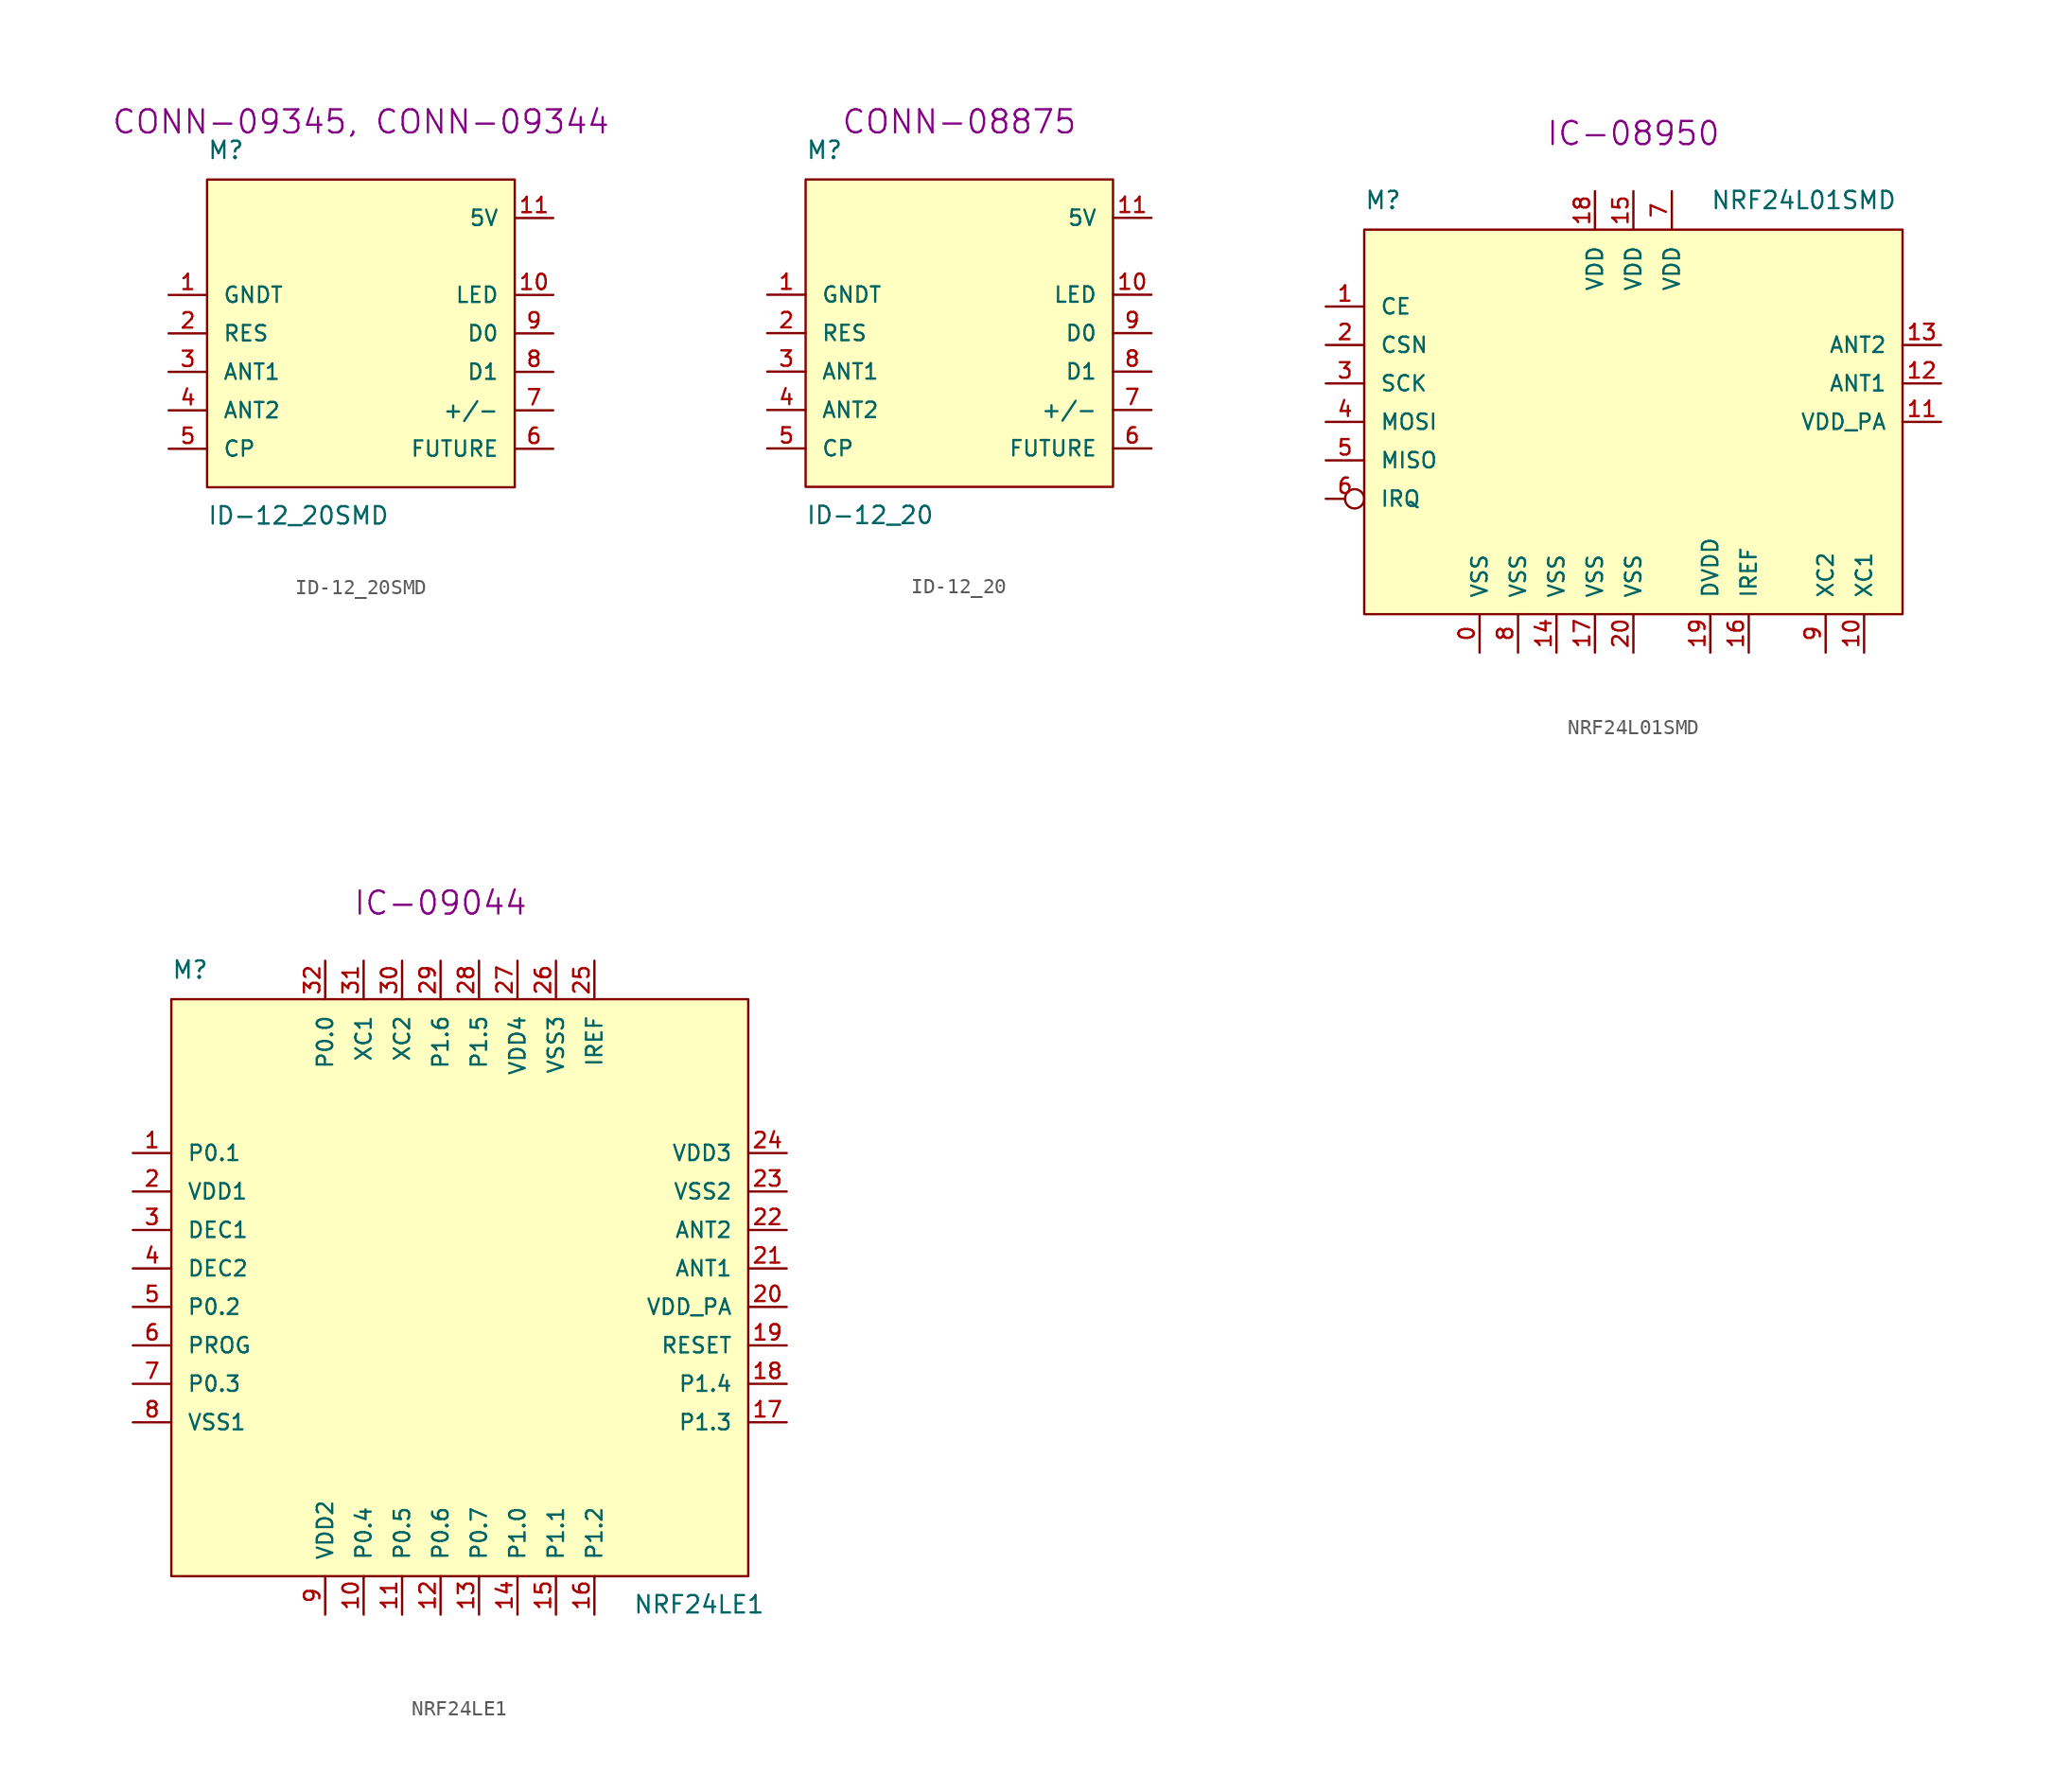
<source format=kicad_sym>
(kicad_symbol_lib
  (version 20220914)
  (generator kicad_symbol_editor)
  (symbol "ID-12_20SMD"
    (pin_names
      (offset 1.016))
    (property "Reference" "M"
      (at -10.16 11.43 0)
      (effects (font (size 1.143 1.143)) (justify left bottom)))
    (property "Value" "ID-12_20SMD"
      (at -10.16 -12.7 0)
      (effects (font (size 1.143 1.143)) (justify left bottom)))
    (property "Field4" "CONN-09345, CONN-09344"
      (at 0 13.97 0)
      (effects (font (size 1.524 1.524))))
    (property "ki_locked" ""
      (at 0 0 0)
      (effects (font (size 1.27 1.27))))
    (symbol "ID-12_20SMD_1_1"
      (polyline (pts (xy -10.16 10.16) (xy -10.16 -10.16) (xy 10.16 -10.16) (xy 10.16 10.16) (xy -10.16 10.16)) (stroke (width 0) (type solid)) (fill (type background)))
      (pin bidirectional line (at -12.7 2.54 0) (length 2.54) (name "GNDT" (effects (font (size 1.016 1.016)))) (number "1" (effects (font (size 1.016 1.016)))))
      (pin bidirectional line (at 12.7 2.54 180) (length 2.54) (name "LED" (effects (font (size 1.016 1.016)))) (number "10" (effects (font (size 1.016 1.016)))))
      (pin bidirectional line (at 12.7 7.62 180) (length 2.54) (name "5V" (effects (font (size 1.016 1.016)))) (number "11" (effects (font (size 1.016 1.016)))))
      (pin bidirectional line (at -12.7 0 0) (length 2.54) (name "RES" (effects (font (size 1.016 1.016)))) (number "2" (effects (font (size 1.016 1.016)))))
      (pin bidirectional line (at -12.7 -2.54 0) (length 2.54) (name "ANT1" (effects (font (size 1.016 1.016)))) (number "3" (effects (font (size 1.016 1.016)))))
      (pin bidirectional line (at -12.7 -5.08 0) (length 2.54) (name "ANT2" (effects (font (size 1.016 1.016)))) (number "4" (effects (font (size 1.016 1.016)))))
      (pin bidirectional line (at -12.7 -7.62 0) (length 2.54) (name "CP" (effects (font (size 1.016 1.016)))) (number "5" (effects (font (size 1.016 1.016)))))
      (pin bidirectional line (at 12.7 -7.62 180) (length 2.54) (name "FUTURE" (effects (font (size 1.016 1.016)))) (number "6" (effects (font (size 1.016 1.016)))))
      (pin bidirectional line (at 12.7 -5.08 180) (length 2.54) (name "+/-" (effects (font (size 1.016 1.016)))) (number "7" (effects (font (size 1.016 1.016)))))
      (pin bidirectional line (at 12.7 -2.54 180) (length 2.54) (name "D1" (effects (font (size 1.016 1.016)))) (number "8" (effects (font (size 1.016 1.016)))))
      (pin bidirectional line (at 12.7 0 180) (length 2.54) (name "D0" (effects (font (size 1.016 1.016)))) (number "9" (effects (font (size 1.016 1.016)))))))
  (symbol "ID-12_20"
    (pin_names
      (offset 1.016))
    (property "Reference" "M"
      (at -10.16 11.43 0)
      (effects (font (size 1.143 1.143)) (justify left bottom)))
    (property "Value" "ID-12_20"
      (at -10.16 -12.7 0)
      (effects (font (size 1.143 1.143)) (justify left bottom)))
    (property "Field4" "CONN-08875"
      (at 0 13.97 0)
      (effects (font (size 1.524 1.524))))
    (property "ki_locked" ""
      (at 0 0 0)
      (effects (font (size 1.27 1.27))))
    (symbol "ID-12_20_1_1"
      (polyline (pts (xy -10.16 10.16) (xy -10.16 -10.16) (xy 10.16 -10.16) (xy 10.16 10.16) (xy -10.16 10.16)) (stroke (width 0) (type solid)) (fill (type background)))
      (pin bidirectional line (at -12.7 2.54 0) (length 2.54) (name "GNDT" (effects (font (size 1.016 1.016)))) (number "1" (effects (font (size 1.016 1.016)))))
      (pin bidirectional line (at 12.7 2.54 180) (length 2.54) (name "LED" (effects (font (size 1.016 1.016)))) (number "10" (effects (font (size 1.016 1.016)))))
      (pin bidirectional line (at 12.7 7.62 180) (length 2.54) (name "5V" (effects (font (size 1.016 1.016)))) (number "11" (effects (font (size 1.016 1.016)))))
      (pin bidirectional line (at -12.7 0 0) (length 2.54) (name "RES" (effects (font (size 1.016 1.016)))) (number "2" (effects (font (size 1.016 1.016)))))
      (pin bidirectional line (at -12.7 -2.54 0) (length 2.54) (name "ANT1" (effects (font (size 1.016 1.016)))) (number "3" (effects (font (size 1.016 1.016)))))
      (pin bidirectional line (at -12.7 -5.08 0) (length 2.54) (name "ANT2" (effects (font (size 1.016 1.016)))) (number "4" (effects (font (size 1.016 1.016)))))
      (pin bidirectional line (at -12.7 -7.62 0) (length 2.54) (name "CP" (effects (font (size 1.016 1.016)))) (number "5" (effects (font (size 1.016 1.016)))))
      (pin bidirectional line (at 12.7 -7.62 180) (length 2.54) (name "FUTURE" (effects (font (size 1.016 1.016)))) (number "6" (effects (font (size 1.016 1.016)))))
      (pin bidirectional line (at 12.7 -5.08 180) (length 2.54) (name "+/-" (effects (font (size 1.016 1.016)))) (number "7" (effects (font (size 1.016 1.016)))))
      (pin bidirectional line (at 12.7 -2.54 180) (length 2.54) (name "D1" (effects (font (size 1.016 1.016)))) (number "8" (effects (font (size 1.016 1.016)))))
      (pin bidirectional line (at 12.7 0 180) (length 2.54) (name "D0" (effects (font (size 1.016 1.016)))) (number "9" (effects (font (size 1.016 1.016)))))))
  (symbol "NRF24L01SMD"
    (pin_names
      (offset 1.016))
    (property "Reference" "M"
      (at -17.78 13.97 0)
      (effects (font (size 1.143 1.143)) (justify left bottom)))
    (property "Value" "NRF24L01SMD"
      (at 5.08 13.97 0)
      (effects (font (size 1.143 1.143)) (justify left bottom)))
    (property "Field4" "IC-08950"
      (at 0 19.05 0)
      (effects (font (size 1.524 1.524))))
    (property "ki_locked" ""
      (at 0 0 0)
      (effects (font (size 1.27 1.27))))
    (symbol "NRF24L01SMD_1_1"
      (polyline (pts (xy -17.78 12.7) (xy 17.78 12.7) (xy 17.78 -12.7) (xy -17.78 -12.7) (xy -17.78 12.7)) (stroke (width 0) (type solid)) (fill (type background)))
      (pin power_in line (at -10.16 -15.24 90) (length 2.54) (name "VSS" (effects (font (size 1.016 1.016)))) (number "0" (effects (font (size 1.016 1.016)))))
      (pin input line (at -20.32 7.62 0) (length 2.54) (name "CE" (effects (font (size 1.016 1.016)))) (number "1" (effects (font (size 1.016 1.016)))))
      (pin input line (at 15.24 -15.24 90) (length 2.54) (name "XC1" (effects (font (size 1.016 1.016)))) (number "10" (effects (font (size 1.016 1.016)))))
      (pin power_in line (at 20.32 0 180) (length 2.54) (name "VDD_PA" (effects (font (size 1.016 1.016)))) (number "11" (effects (font (size 1.016 1.016)))))
      (pin output line (at 20.32 2.54 180) (length 2.54) (name "ANT1" (effects (font (size 1.016 1.016)))) (number "12" (effects (font (size 1.016 1.016)))))
      (pin output line (at 20.32 5.08 180) (length 2.54) (name "ANT2" (effects (font (size 1.016 1.016)))) (number "13" (effects (font (size 1.016 1.016)))))
      (pin power_in line (at -5.08 -15.24 90) (length 2.54) (name "VSS" (effects (font (size 1.016 1.016)))) (number "14" (effects (font (size 1.016 1.016)))))
      (pin power_in line (at 0 15.24 270) (length 2.54) (name "VDD" (effects (font (size 1.016 1.016)))) (number "15" (effects (font (size 1.016 1.016)))))
      (pin input line (at 7.62 -15.24 90) (length 2.54) (name "IREF" (effects (font (size 1.016 1.016)))) (number "16" (effects (font (size 1.016 1.016)))))
      (pin power_in line (at -2.54 -15.24 90) (length 2.54) (name "VSS" (effects (font (size 1.016 1.016)))) (number "17" (effects (font (size 1.016 1.016)))))
      (pin power_in line (at -2.54 15.24 270) (length 2.54) (name "VDD" (effects (font (size 1.016 1.016)))) (number "18" (effects (font (size 1.016 1.016)))))
      (pin power_in line (at 5.08 -15.24 90) (length 2.54) (name "DVDD" (effects (font (size 1.016 1.016)))) (number "19" (effects (font (size 1.016 1.016)))))
      (pin input line (at -20.32 5.08 0) (length 2.54) (name "CSN" (effects (font (size 1.016 1.016)))) (number "2" (effects (font (size 1.016 1.016)))))
      (pin power_in line (at 0 -15.24 90) (length 2.54) (name "VSS" (effects (font (size 1.016 1.016)))) (number "20" (effects (font (size 1.016 1.016)))))
      (pin input line (at -20.32 2.54 0) (length 2.54) (name "SCK" (effects (font (size 1.016 1.016)))) (number "3" (effects (font (size 1.016 1.016)))))
      (pin input line (at -20.32 0 0) (length 2.54) (name "MOSI" (effects (font (size 1.016 1.016)))) (number "4" (effects (font (size 1.016 1.016)))))
      (pin output line (at -20.32 -2.54 0) (length 2.54) (name "MISO" (effects (font (size 1.016 1.016)))) (number "5" (effects (font (size 1.016 1.016)))))
      (pin output inverted (at -20.32 -5.08 0) (length 2.54) (name "IRQ" (effects (font (size 1.016 1.016)))) (number "6" (effects (font (size 1.016 1.016)))))
      (pin power_in line (at 2.54 15.24 270) (length 2.54) (name "VDD" (effects (font (size 1.016 1.016)))) (number "7" (effects (font (size 1.016 1.016)))))
      (pin power_in line (at -7.62 -15.24 90) (length 2.54) (name "VSS" (effects (font (size 1.016 1.016)))) (number "8" (effects (font (size 1.016 1.016)))))
      (pin input line (at 12.7 -15.24 90) (length 2.54) (name "XC2" (effects (font (size 1.016 1.016)))) (number "9" (effects (font (size 1.016 1.016)))))))
  (symbol "NRF24LE1"
    (pin_names
      (offset 1.016))
    (property "Reference" "M"
      (at -17.78 19.05 0)
      (effects (font (size 1.143 1.143)) (justify left bottom)))
    (property "Value" "NRF24LE1"
      (at 12.7 -22.86 0)
      (effects (font (size 1.143 1.143)) (justify left bottom)))
    (property "Field4" "IC-09044"
      (at 0 24.13 0)
      (effects (font (size 1.524 1.524))))
    (property "ki_locked" ""
      (at 0 0 0)
      (effects (font (size 1.27 1.27))))
    (symbol "NRF24LE1_1_1"
      (polyline (pts (xy -17.78 -20.32) (xy 20.32 -20.32) (xy 20.32 17.78) (xy -17.78 17.78) (xy -17.78 -20.32)) (stroke (width 0) (type solid)) (fill (type background)))
      (pin bidirectional line (at -20.32 7.62 0) (length 2.54) (name "P0.1" (effects (font (size 1.016 1.016)))) (number "1" (effects (font (size 1.016 1.016)))))
      (pin bidirectional line (at -5.08 -22.86 90) (length 2.54) (name "P0.4" (effects (font (size 1.016 1.016)))) (number "10" (effects (font (size 1.016 1.016)))))
      (pin bidirectional line (at -2.54 -22.86 90) (length 2.54) (name "P0.5" (effects (font (size 1.016 1.016)))) (number "11" (effects (font (size 1.016 1.016)))))
      (pin bidirectional line (at 0 -22.86 90) (length 2.54) (name "P0.6" (effects (font (size 1.016 1.016)))) (number "12" (effects (font (size 1.016 1.016)))))
      (pin bidirectional line (at 2.54 -22.86 90) (length 2.54) (name "P0.7" (effects (font (size 1.016 1.016)))) (number "13" (effects (font (size 1.016 1.016)))))
      (pin bidirectional line (at 5.08 -22.86 90) (length 2.54) (name "P1.0" (effects (font (size 1.016 1.016)))) (number "14" (effects (font (size 1.016 1.016)))))
      (pin bidirectional line (at 7.62 -22.86 90) (length 2.54) (name "P1.1" (effects (font (size 1.016 1.016)))) (number "15" (effects (font (size 1.016 1.016)))))
      (pin bidirectional line (at 10.16 -22.86 90) (length 2.54) (name "P1.2" (effects (font (size 1.016 1.016)))) (number "16" (effects (font (size 1.016 1.016)))))
      (pin bidirectional line (at 22.86 -10.16 180) (length 2.54) (name "P1.3" (effects (font (size 1.016 1.016)))) (number "17" (effects (font (size 1.016 1.016)))))
      (pin bidirectional line (at 22.86 -7.62 180) (length 2.54) (name "P1.4" (effects (font (size 1.016 1.016)))) (number "18" (effects (font (size 1.016 1.016)))))
      (pin bidirectional line (at 22.86 -5.08 180) (length 2.54) (name "RESET" (effects (font (size 1.016 1.016)))) (number "19" (effects (font (size 1.016 1.016)))))
      (pin bidirectional line (at -20.32 5.08 0) (length 2.54) (name "VDD1" (effects (font (size 1.016 1.016)))) (number "2" (effects (font (size 1.016 1.016)))))
      (pin bidirectional line (at 22.86 -2.54 180) (length 2.54) (name "VDD_PA" (effects (font (size 1.016 1.016)))) (number "20" (effects (font (size 1.016 1.016)))))
      (pin bidirectional line (at 22.86 0 180) (length 2.54) (name "ANT1" (effects (font (size 1.016 1.016)))) (number "21" (effects (font (size 1.016 1.016)))))
      (pin bidirectional line (at 22.86 2.54 180) (length 2.54) (name "ANT2" (effects (font (size 1.016 1.016)))) (number "22" (effects (font (size 1.016 1.016)))))
      (pin bidirectional line (at 22.86 5.08 180) (length 2.54) (name "VSS2" (effects (font (size 1.016 1.016)))) (number "23" (effects (font (size 1.016 1.016)))))
      (pin bidirectional line (at 22.86 7.62 180) (length 2.54) (name "VDD3" (effects (font (size 1.016 1.016)))) (number "24" (effects (font (size 1.016 1.016)))))
      (pin bidirectional line (at 10.16 20.32 270) (length 2.54) (name "IREF" (effects (font (size 1.016 1.016)))) (number "25" (effects (font (size 1.016 1.016)))))
      (pin bidirectional line (at 7.62 20.32 270) (length 2.54) (name "VSS3" (effects (font (size 1.016 1.016)))) (number "26" (effects (font (size 1.016 1.016)))))
      (pin bidirectional line (at 5.08 20.32 270) (length 2.54) (name "VDD4" (effects (font (size 1.016 1.016)))) (number "27" (effects (font (size 1.016 1.016)))))
      (pin bidirectional line (at 2.54 20.32 270) (length 2.54) (name "P1.5" (effects (font (size 1.016 1.016)))) (number "28" (effects (font (size 1.016 1.016)))))
      (pin bidirectional line (at 0 20.32 270) (length 2.54) (name "P1.6" (effects (font (size 1.016 1.016)))) (number "29" (effects (font (size 1.016 1.016)))))
      (pin bidirectional line (at -20.32 2.54 0) (length 2.54) (name "DEC1" (effects (font (size 1.016 1.016)))) (number "3" (effects (font (size 1.016 1.016)))))
      (pin bidirectional line (at -2.54 20.32 270) (length 2.54) (name "XC2" (effects (font (size 1.016 1.016)))) (number "30" (effects (font (size 1.016 1.016)))))
      (pin bidirectional line (at -5.08 20.32 270) (length 2.54) (name "XC1" (effects (font (size 1.016 1.016)))) (number "31" (effects (font (size 1.016 1.016)))))
      (pin bidirectional line (at -7.62 20.32 270) (length 2.54) (name "P0.0" (effects (font (size 1.016 1.016)))) (number "32" (effects (font (size 1.016 1.016)))))
      (pin bidirectional line (at -20.32 0 0) (length 2.54) (name "DEC2" (effects (font (size 1.016 1.016)))) (number "4" (effects (font (size 1.016 1.016)))))
      (pin bidirectional line (at -20.32 -2.54 0) (length 2.54) (name "P0.2" (effects (font (size 1.016 1.016)))) (number "5" (effects (font (size 1.016 1.016)))))
      (pin bidirectional line (at -20.32 -5.08 0) (length 2.54) (name "PROG" (effects (font (size 1.016 1.016)))) (number "6" (effects (font (size 1.016 1.016)))))
      (pin bidirectional line (at -20.32 -7.62 0) (length 2.54) (name "P0.3" (effects (font (size 1.016 1.016)))) (number "7" (effects (font (size 1.016 1.016)))))
      (pin bidirectional line (at -20.32 -10.16 0) (length 2.54) (name "VSS1" (effects (font (size 1.016 1.016)))) (number "8" (effects (font (size 1.016 1.016)))))
      (pin bidirectional line (at -7.62 -22.86 90) (length 2.54) (name "VDD2" (effects (font (size 1.016 1.016)))) (number "9" (effects (font (size 1.016 1.016))))))))
</source>
